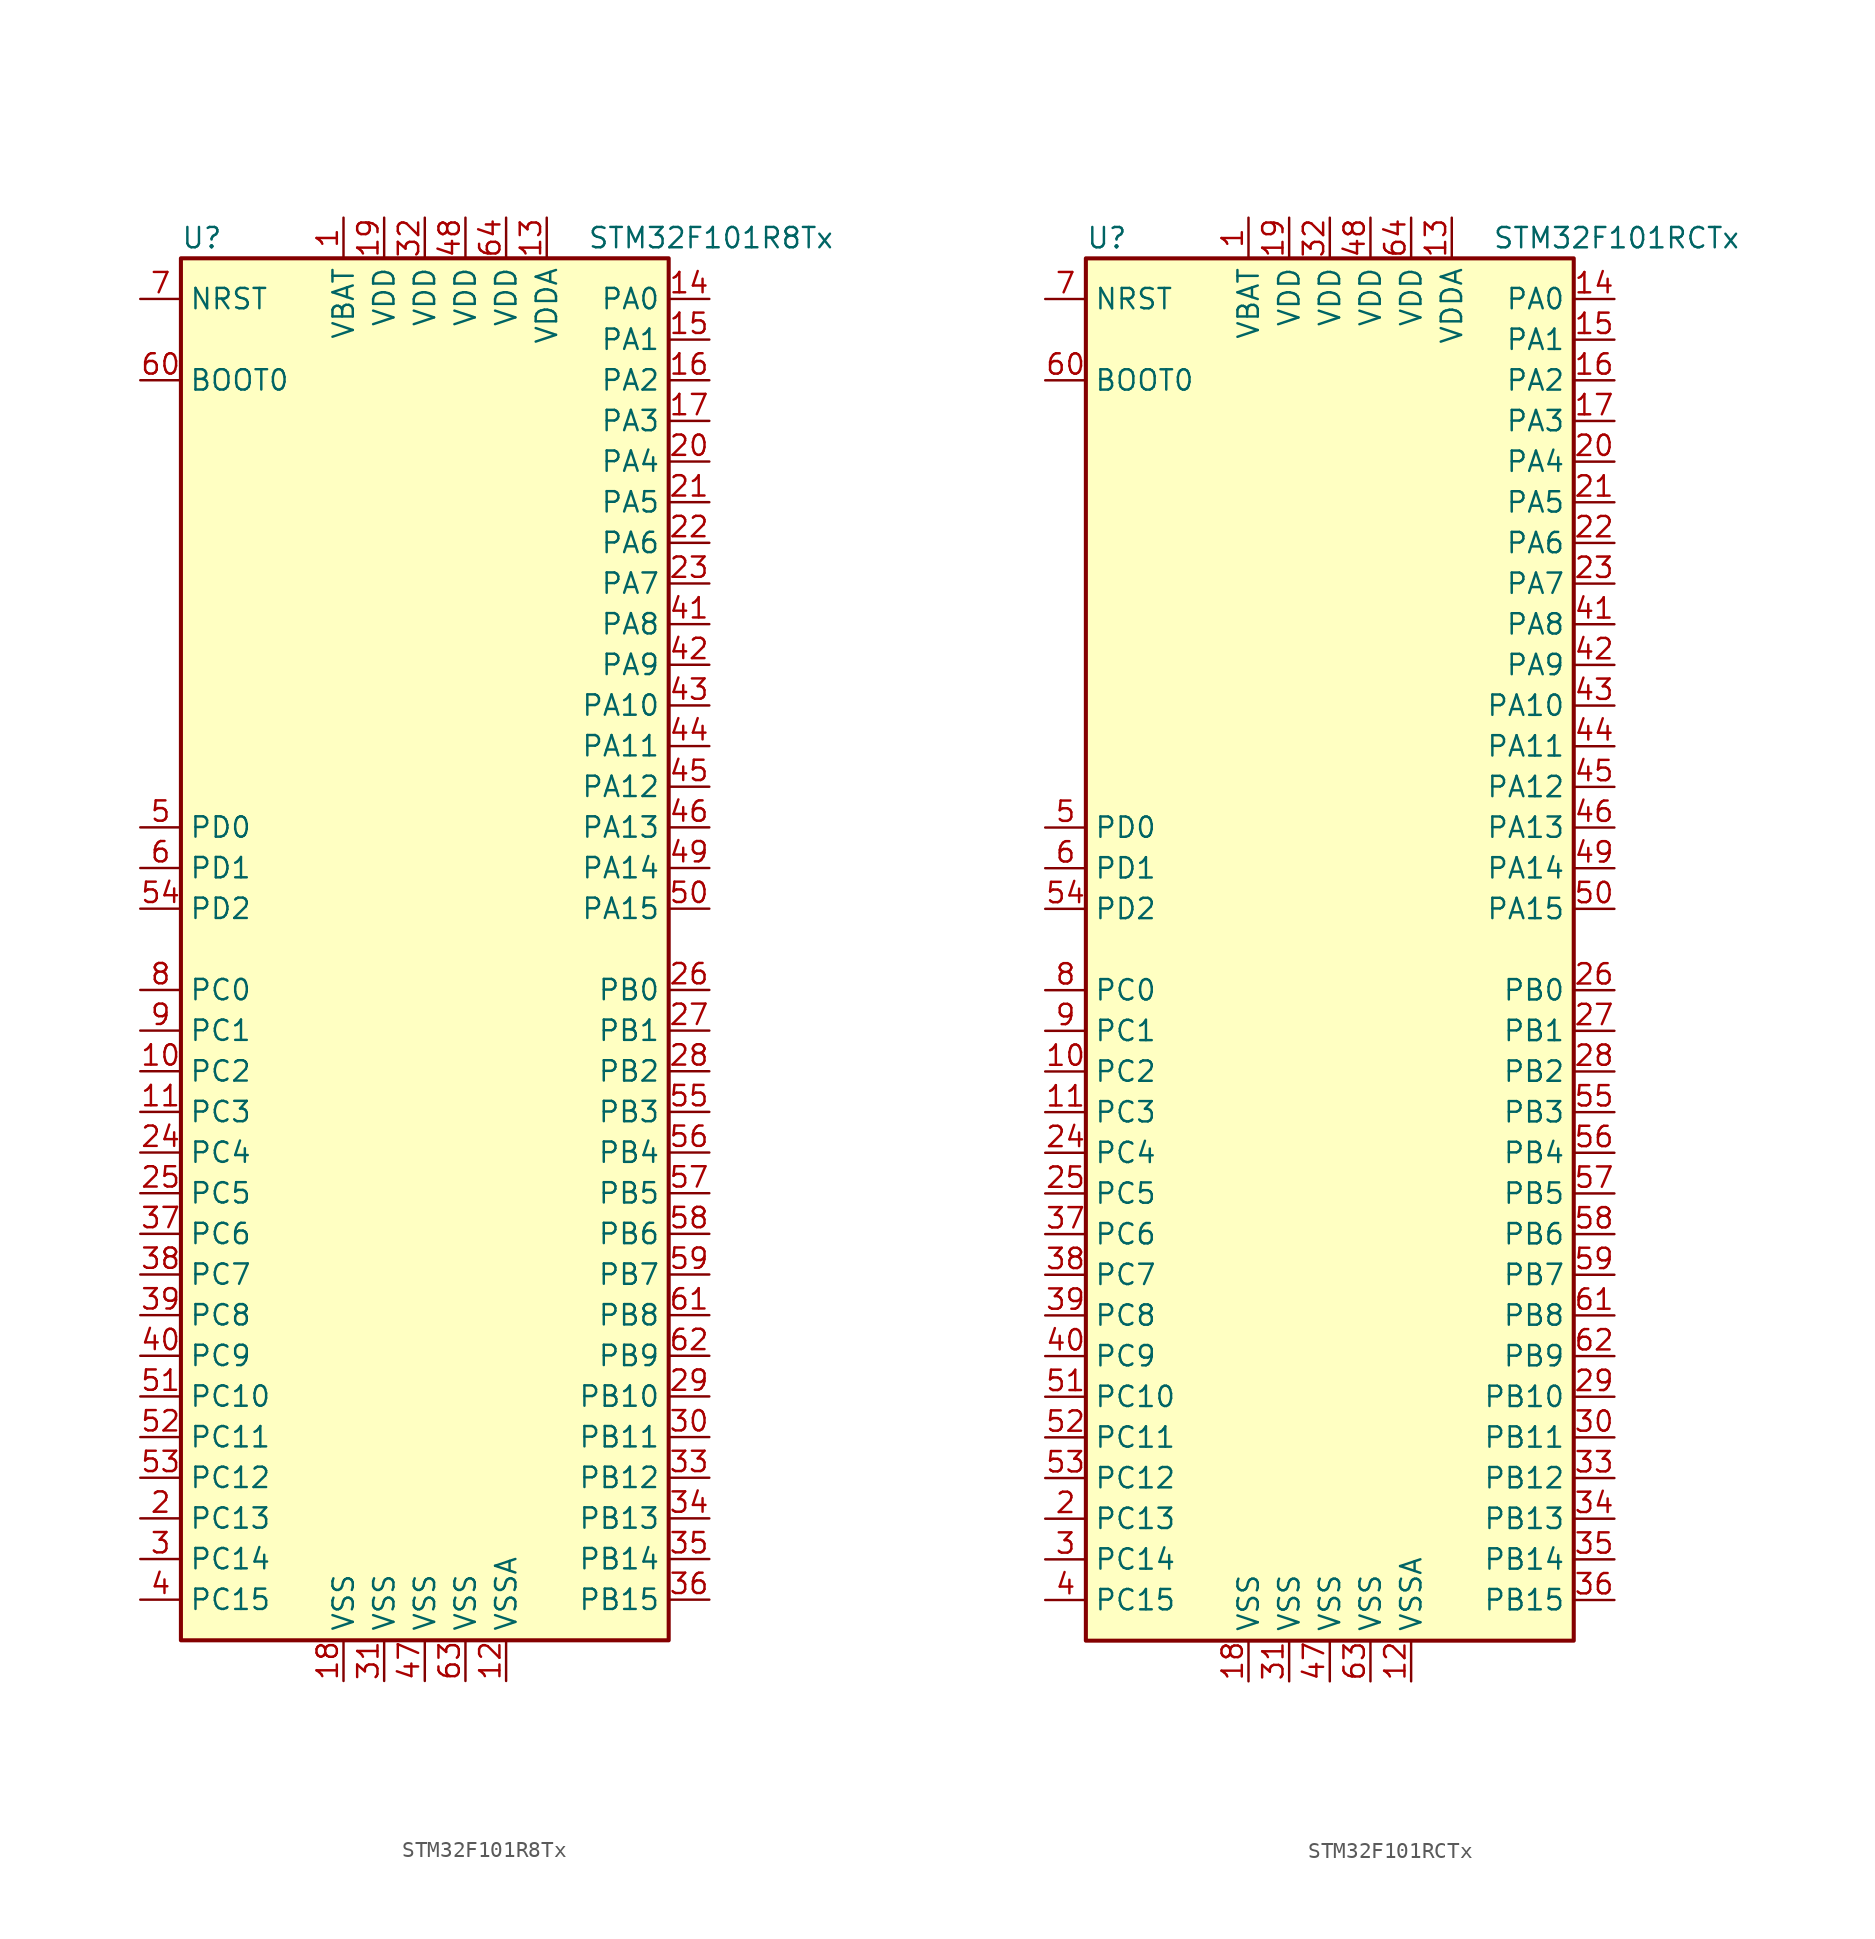
<source format=kicad_sym>
(kicad_symbol_lib
  (version 20201005)
  (generator kicad_symbol_editor)
  (symbol "STM32F101R8Tx"
    (property "Reference" "U"
      (at -15.24 44.45 0)
      (effects (font (size 1.27 1.27)) (justify left)))
    (property "Value" "STM32F101R8Tx"
      (at 10.16 44.45 0)
      (effects (font (size 1.27 1.27)) (justify left)))
    (symbol "STM32F101R8Tx_0_1"
      (rectangle (start -15.24 -43.18) (end 15.24 43.18) (stroke (width 0.254)) (fill (type background))))
    (symbol "STM32F101R8Tx_1_1"
      (pin input line (at -17.78 35.56 0) (length 2.54) (name "BOOT0" (effects (font (size 1.27 1.27)))) (number "60" (effects (font (size 1.27 1.27)))))
      (pin input line (at -17.78 40.64 0) (length 2.54) (name "NRST" (effects (font (size 1.27 1.27)))) (number "7" (effects (font (size 1.27 1.27)))))
      (pin bidirectional line (at 17.78 40.64 180) (length 2.54) (name "PA0" (effects (font (size 1.27 1.27)))) (number "14" (effects (font (size 1.27 1.27)))))
      (pin bidirectional line (at 17.78 38.1 180) (length 2.54) (name "PA1" (effects (font (size 1.27 1.27)))) (number "15" (effects (font (size 1.27 1.27)))))
      (pin bidirectional line (at 17.78 15.24 180) (length 2.54) (name "PA10" (effects (font (size 1.27 1.27)))) (number "43" (effects (font (size 1.27 1.27)))))
      (pin bidirectional line (at 17.78 12.7 180) (length 2.54) (name "PA11" (effects (font (size 1.27 1.27)))) (number "44" (effects (font (size 1.27 1.27)))))
      (pin bidirectional line (at 17.78 10.16 180) (length 2.54) (name "PA12" (effects (font (size 1.27 1.27)))) (number "45" (effects (font (size 1.27 1.27)))))
      (pin bidirectional line (at 17.78 7.62 180) (length 2.54) (name "PA13" (effects (font (size 1.27 1.27)))) (number "46" (effects (font (size 1.27 1.27)))))
      (pin bidirectional line (at 17.78 5.08 180) (length 2.54) (name "PA14" (effects (font (size 1.27 1.27)))) (number "49" (effects (font (size 1.27 1.27)))))
      (pin bidirectional line (at 17.78 2.54 180) (length 2.54) (name "PA15" (effects (font (size 1.27 1.27)))) (number "50" (effects (font (size 1.27 1.27)))))
      (pin bidirectional line (at 17.78 35.56 180) (length 2.54) (name "PA2" (effects (font (size 1.27 1.27)))) (number "16" (effects (font (size 1.27 1.27)))))
      (pin bidirectional line (at 17.78 33.02 180) (length 2.54) (name "PA3" (effects (font (size 1.27 1.27)))) (number "17" (effects (font (size 1.27 1.27)))))
      (pin bidirectional line (at 17.78 30.48 180) (length 2.54) (name "PA4" (effects (font (size 1.27 1.27)))) (number "20" (effects (font (size 1.27 1.27)))))
      (pin bidirectional line (at 17.78 27.94 180) (length 2.54) (name "PA5" (effects (font (size 1.27 1.27)))) (number "21" (effects (font (size 1.27 1.27)))))
      (pin bidirectional line (at 17.78 25.4 180) (length 2.54) (name "PA6" (effects (font (size 1.27 1.27)))) (number "22" (effects (font (size 1.27 1.27)))))
      (pin bidirectional line (at 17.78 22.86 180) (length 2.54) (name "PA7" (effects (font (size 1.27 1.27)))) (number "23" (effects (font (size 1.27 1.27)))))
      (pin bidirectional line (at 17.78 20.32 180) (length 2.54) (name "PA8" (effects (font (size 1.27 1.27)))) (number "41" (effects (font (size 1.27 1.27)))))
      (pin bidirectional line (at 17.78 17.78 180) (length 2.54) (name "PA9" (effects (font (size 1.27 1.27)))) (number "42" (effects (font (size 1.27 1.27)))))
      (pin bidirectional line (at 17.78 -2.54 180) (length 2.54) (name "PB0" (effects (font (size 1.27 1.27)))) (number "26" (effects (font (size 1.27 1.27)))))
      (pin bidirectional line (at 17.78 -5.08 180) (length 2.54) (name "PB1" (effects (font (size 1.27 1.27)))) (number "27" (effects (font (size 1.27 1.27)))))
      (pin bidirectional line (at 17.78 -27.94 180) (length 2.54) (name "PB10" (effects (font (size 1.27 1.27)))) (number "29" (effects (font (size 1.27 1.27)))))
      (pin bidirectional line (at 17.78 -30.48 180) (length 2.54) (name "PB11" (effects (font (size 1.27 1.27)))) (number "30" (effects (font (size 1.27 1.27)))))
      (pin bidirectional line (at 17.78 -33.02 180) (length 2.54) (name "PB12" (effects (font (size 1.27 1.27)))) (number "33" (effects (font (size 1.27 1.27)))))
      (pin bidirectional line (at 17.78 -35.56 180) (length 2.54) (name "PB13" (effects (font (size 1.27 1.27)))) (number "34" (effects (font (size 1.27 1.27)))))
      (pin bidirectional line (at 17.78 -38.1 180) (length 2.54) (name "PB14" (effects (font (size 1.27 1.27)))) (number "35" (effects (font (size 1.27 1.27)))))
      (pin bidirectional line (at 17.78 -40.64 180) (length 2.54) (name "PB15" (effects (font (size 1.27 1.27)))) (number "36" (effects (font (size 1.27 1.27)))))
      (pin bidirectional line (at 17.78 -7.62 180) (length 2.54) (name "PB2" (effects (font (size 1.27 1.27)))) (number "28" (effects (font (size 1.27 1.27)))))
      (pin bidirectional line (at 17.78 -10.16 180) (length 2.54) (name "PB3" (effects (font (size 1.27 1.27)))) (number "55" (effects (font (size 1.27 1.27)))))
      (pin bidirectional line (at 17.78 -12.7 180) (length 2.54) (name "PB4" (effects (font (size 1.27 1.27)))) (number "56" (effects (font (size 1.27 1.27)))))
      (pin bidirectional line (at 17.78 -15.24 180) (length 2.54) (name "PB5" (effects (font (size 1.27 1.27)))) (number "57" (effects (font (size 1.27 1.27)))))
      (pin bidirectional line (at 17.78 -17.78 180) (length 2.54) (name "PB6" (effects (font (size 1.27 1.27)))) (number "58" (effects (font (size 1.27 1.27)))))
      (pin bidirectional line (at 17.78 -20.32 180) (length 2.54) (name "PB7" (effects (font (size 1.27 1.27)))) (number "59" (effects (font (size 1.27 1.27)))))
      (pin bidirectional line (at 17.78 -22.86 180) (length 2.54) (name "PB8" (effects (font (size 1.27 1.27)))) (number "61" (effects (font (size 1.27 1.27)))))
      (pin bidirectional line (at 17.78 -25.4 180) (length 2.54) (name "PB9" (effects (font (size 1.27 1.27)))) (number "62" (effects (font (size 1.27 1.27)))))
      (pin bidirectional line (at -17.78 -2.54 0) (length 2.54) (name "PC0" (effects (font (size 1.27 1.27)))) (number "8" (effects (font (size 1.27 1.27)))))
      (pin bidirectional line (at -17.78 -5.08 0) (length 2.54) (name "PC1" (effects (font (size 1.27 1.27)))) (number "9" (effects (font (size 1.27 1.27)))))
      (pin bidirectional line (at -17.78 -27.94 0) (length 2.54) (name "PC10" (effects (font (size 1.27 1.27)))) (number "51" (effects (font (size 1.27 1.27)))))
      (pin bidirectional line (at -17.78 -30.48 0) (length 2.54) (name "PC11" (effects (font (size 1.27 1.27)))) (number "52" (effects (font (size 1.27 1.27)))))
      (pin bidirectional line (at -17.78 -33.02 0) (length 2.54) (name "PC12" (effects (font (size 1.27 1.27)))) (number "53" (effects (font (size 1.27 1.27)))))
      (pin bidirectional line (at -17.78 -35.56 0) (length 2.54) (name "PC13" (effects (font (size 1.27 1.27)))) (number "2" (effects (font (size 1.27 1.27)))))
      (pin bidirectional line (at -17.78 -38.1 0) (length 2.54) (name "PC14" (effects (font (size 1.27 1.27)))) (number "3" (effects (font (size 1.27 1.27)))))
      (pin bidirectional line (at -17.78 -40.64 0) (length 2.54) (name "PC15" (effects (font (size 1.27 1.27)))) (number "4" (effects (font (size 1.27 1.27)))))
      (pin bidirectional line (at -17.78 -7.62 0) (length 2.54) (name "PC2" (effects (font (size 1.27 1.27)))) (number "10" (effects (font (size 1.27 1.27)))))
      (pin bidirectional line (at -17.78 -10.16 0) (length 2.54) (name "PC3" (effects (font (size 1.27 1.27)))) (number "11" (effects (font (size 1.27 1.27)))))
      (pin bidirectional line (at -17.78 -12.7 0) (length 2.54) (name "PC4" (effects (font (size 1.27 1.27)))) (number "24" (effects (font (size 1.27 1.27)))))
      (pin bidirectional line (at -17.78 -15.24 0) (length 2.54) (name "PC5" (effects (font (size 1.27 1.27)))) (number "25" (effects (font (size 1.27 1.27)))))
      (pin bidirectional line (at -17.78 -17.78 0) (length 2.54) (name "PC6" (effects (font (size 1.27 1.27)))) (number "37" (effects (font (size 1.27 1.27)))))
      (pin bidirectional line (at -17.78 -20.32 0) (length 2.54) (name "PC7" (effects (font (size 1.27 1.27)))) (number "38" (effects (font (size 1.27 1.27)))))
      (pin bidirectional line (at -17.78 -22.86 0) (length 2.54) (name "PC8" (effects (font (size 1.27 1.27)))) (number "39" (effects (font (size 1.27 1.27)))))
      (pin bidirectional line (at -17.78 -25.4 0) (length 2.54) (name "PC9" (effects (font (size 1.27 1.27)))) (number "40" (effects (font (size 1.27 1.27)))))
      (pin input line (at -17.78 7.62 0) (length 2.54) (name "PD0" (effects (font (size 1.27 1.27)))) (number "5" (effects (font (size 1.27 1.27)))))
      (pin input line (at -17.78 5.08 0) (length 2.54) (name "PD1" (effects (font (size 1.27 1.27)))) (number "6" (effects (font (size 1.27 1.27)))))
      (pin bidirectional line (at -17.78 2.54 0) (length 2.54) (name "PD2" (effects (font (size 1.27 1.27)))) (number "54" (effects (font (size 1.27 1.27)))))
      (pin power_in line (at -5.08 45.72 270) (length 2.54) (name "VBAT" (effects (font (size 1.27 1.27)))) (number "1" (effects (font (size 1.27 1.27)))))
      (pin power_in line (at -2.54 45.72 270) (length 2.54) (name "VDD" (effects (font (size 1.27 1.27)))) (number "19" (effects (font (size 1.27 1.27)))))
      (pin power_in line (at 0 45.72 270) (length 2.54) (name "VDD" (effects (font (size 1.27 1.27)))) (number "32" (effects (font (size 1.27 1.27)))))
      (pin power_in line (at 2.54 45.72 270) (length 2.54) (name "VDD" (effects (font (size 1.27 1.27)))) (number "48" (effects (font (size 1.27 1.27)))))
      (pin power_in line (at 5.08 45.72 270) (length 2.54) (name "VDD" (effects (font (size 1.27 1.27)))) (number "64" (effects (font (size 1.27 1.27)))))
      (pin power_in line (at 7.62 45.72 270) (length 2.54) (name "VDDA" (effects (font (size 1.27 1.27)))) (number "13" (effects (font (size 1.27 1.27)))))
      (pin power_in line (at -5.08 -45.72 90) (length 2.54) (name "VSS" (effects (font (size 1.27 1.27)))) (number "18" (effects (font (size 1.27 1.27)))))
      (pin power_in line (at -2.54 -45.72 90) (length 2.54) (name "VSS" (effects (font (size 1.27 1.27)))) (number "31" (effects (font (size 1.27 1.27)))))
      (pin power_in line (at 0 -45.72 90) (length 2.54) (name "VSS" (effects (font (size 1.27 1.27)))) (number "47" (effects (font (size 1.27 1.27)))))
      (pin power_in line (at 2.54 -45.72 90) (length 2.54) (name "VSS" (effects (font (size 1.27 1.27)))) (number "63" (effects (font (size 1.27 1.27)))))
      (pin power_in line (at 5.08 -45.72 90) (length 2.54) (name "VSSA" (effects (font (size 1.27 1.27)))) (number "12" (effects (font (size 1.27 1.27)))))))
  (symbol "STM32F101RCTx"
    (property "Reference" "U"
      (at -15.24 44.45 0)
      (effects (font (size 1.27 1.27)) (justify left)))
    (property "Value" "STM32F101RCTx"
      (at 10.16 44.45 0)
      (effects (font (size 1.27 1.27)) (justify left)))
    (symbol "STM32F101RCTx_0_1"
      (rectangle (start -15.24 -43.18) (end 15.24 43.18) (stroke (width 0.254)) (fill (type background))))
    (symbol "STM32F101RCTx_1_1"
      (pin input line (at -17.78 35.56 0) (length 2.54) (name "BOOT0" (effects (font (size 1.27 1.27)))) (number "60" (effects (font (size 1.27 1.27)))))
      (pin input line (at -17.78 40.64 0) (length 2.54) (name "NRST" (effects (font (size 1.27 1.27)))) (number "7" (effects (font (size 1.27 1.27)))))
      (pin bidirectional line (at 17.78 40.64 180) (length 2.54) (name "PA0" (effects (font (size 1.27 1.27)))) (number "14" (effects (font (size 1.27 1.27)))))
      (pin bidirectional line (at 17.78 38.1 180) (length 2.54) (name "PA1" (effects (font (size 1.27 1.27)))) (number "15" (effects (font (size 1.27 1.27)))))
      (pin bidirectional line (at 17.78 15.24 180) (length 2.54) (name "PA10" (effects (font (size 1.27 1.27)))) (number "43" (effects (font (size 1.27 1.27)))))
      (pin bidirectional line (at 17.78 12.7 180) (length 2.54) (name "PA11" (effects (font (size 1.27 1.27)))) (number "44" (effects (font (size 1.27 1.27)))))
      (pin bidirectional line (at 17.78 10.16 180) (length 2.54) (name "PA12" (effects (font (size 1.27 1.27)))) (number "45" (effects (font (size 1.27 1.27)))))
      (pin bidirectional line (at 17.78 7.62 180) (length 2.54) (name "PA13" (effects (font (size 1.27 1.27)))) (number "46" (effects (font (size 1.27 1.27)))))
      (pin bidirectional line (at 17.78 5.08 180) (length 2.54) (name "PA14" (effects (font (size 1.27 1.27)))) (number "49" (effects (font (size 1.27 1.27)))))
      (pin bidirectional line (at 17.78 2.54 180) (length 2.54) (name "PA15" (effects (font (size 1.27 1.27)))) (number "50" (effects (font (size 1.27 1.27)))))
      (pin bidirectional line (at 17.78 35.56 180) (length 2.54) (name "PA2" (effects (font (size 1.27 1.27)))) (number "16" (effects (font (size 1.27 1.27)))))
      (pin bidirectional line (at 17.78 33.02 180) (length 2.54) (name "PA3" (effects (font (size 1.27 1.27)))) (number "17" (effects (font (size 1.27 1.27)))))
      (pin bidirectional line (at 17.78 30.48 180) (length 2.54) (name "PA4" (effects (font (size 1.27 1.27)))) (number "20" (effects (font (size 1.27 1.27)))))
      (pin bidirectional line (at 17.78 27.94 180) (length 2.54) (name "PA5" (effects (font (size 1.27 1.27)))) (number "21" (effects (font (size 1.27 1.27)))))
      (pin bidirectional line (at 17.78 25.4 180) (length 2.54) (name "PA6" (effects (font (size 1.27 1.27)))) (number "22" (effects (font (size 1.27 1.27)))))
      (pin bidirectional line (at 17.78 22.86 180) (length 2.54) (name "PA7" (effects (font (size 1.27 1.27)))) (number "23" (effects (font (size 1.27 1.27)))))
      (pin bidirectional line (at 17.78 20.32 180) (length 2.54) (name "PA8" (effects (font (size 1.27 1.27)))) (number "41" (effects (font (size 1.27 1.27)))))
      (pin bidirectional line (at 17.78 17.78 180) (length 2.54) (name "PA9" (effects (font (size 1.27 1.27)))) (number "42" (effects (font (size 1.27 1.27)))))
      (pin bidirectional line (at 17.78 -2.54 180) (length 2.54) (name "PB0" (effects (font (size 1.27 1.27)))) (number "26" (effects (font (size 1.27 1.27)))))
      (pin bidirectional line (at 17.78 -5.08 180) (length 2.54) (name "PB1" (effects (font (size 1.27 1.27)))) (number "27" (effects (font (size 1.27 1.27)))))
      (pin bidirectional line (at 17.78 -27.94 180) (length 2.54) (name "PB10" (effects (font (size 1.27 1.27)))) (number "29" (effects (font (size 1.27 1.27)))))
      (pin bidirectional line (at 17.78 -30.48 180) (length 2.54) (name "PB11" (effects (font (size 1.27 1.27)))) (number "30" (effects (font (size 1.27 1.27)))))
      (pin bidirectional line (at 17.78 -33.02 180) (length 2.54) (name "PB12" (effects (font (size 1.27 1.27)))) (number "33" (effects (font (size 1.27 1.27)))))
      (pin bidirectional line (at 17.78 -35.56 180) (length 2.54) (name "PB13" (effects (font (size 1.27 1.27)))) (number "34" (effects (font (size 1.27 1.27)))))
      (pin bidirectional line (at 17.78 -38.1 180) (length 2.54) (name "PB14" (effects (font (size 1.27 1.27)))) (number "35" (effects (font (size 1.27 1.27)))))
      (pin bidirectional line (at 17.78 -40.64 180) (length 2.54) (name "PB15" (effects (font (size 1.27 1.27)))) (number "36" (effects (font (size 1.27 1.27)))))
      (pin bidirectional line (at 17.78 -7.62 180) (length 2.54) (name "PB2" (effects (font (size 1.27 1.27)))) (number "28" (effects (font (size 1.27 1.27)))))
      (pin bidirectional line (at 17.78 -10.16 180) (length 2.54) (name "PB3" (effects (font (size 1.27 1.27)))) (number "55" (effects (font (size 1.27 1.27)))))
      (pin bidirectional line (at 17.78 -12.7 180) (length 2.54) (name "PB4" (effects (font (size 1.27 1.27)))) (number "56" (effects (font (size 1.27 1.27)))))
      (pin bidirectional line (at 17.78 -15.24 180) (length 2.54) (name "PB5" (effects (font (size 1.27 1.27)))) (number "57" (effects (font (size 1.27 1.27)))))
      (pin bidirectional line (at 17.78 -17.78 180) (length 2.54) (name "PB6" (effects (font (size 1.27 1.27)))) (number "58" (effects (font (size 1.27 1.27)))))
      (pin bidirectional line (at 17.78 -20.32 180) (length 2.54) (name "PB7" (effects (font (size 1.27 1.27)))) (number "59" (effects (font (size 1.27 1.27)))))
      (pin bidirectional line (at 17.78 -22.86 180) (length 2.54) (name "PB8" (effects (font (size 1.27 1.27)))) (number "61" (effects (font (size 1.27 1.27)))))
      (pin bidirectional line (at 17.78 -25.4 180) (length 2.54) (name "PB9" (effects (font (size 1.27 1.27)))) (number "62" (effects (font (size 1.27 1.27)))))
      (pin bidirectional line (at -17.78 -2.54 0) (length 2.54) (name "PC0" (effects (font (size 1.27 1.27)))) (number "8" (effects (font (size 1.27 1.27)))))
      (pin bidirectional line (at -17.78 -5.08 0) (length 2.54) (name "PC1" (effects (font (size 1.27 1.27)))) (number "9" (effects (font (size 1.27 1.27)))))
      (pin bidirectional line (at -17.78 -27.94 0) (length 2.54) (name "PC10" (effects (font (size 1.27 1.27)))) (number "51" (effects (font (size 1.27 1.27)))))
      (pin bidirectional line (at -17.78 -30.48 0) (length 2.54) (name "PC11" (effects (font (size 1.27 1.27)))) (number "52" (effects (font (size 1.27 1.27)))))
      (pin bidirectional line (at -17.78 -33.02 0) (length 2.54) (name "PC12" (effects (font (size 1.27 1.27)))) (number "53" (effects (font (size 1.27 1.27)))))
      (pin bidirectional line (at -17.78 -35.56 0) (length 2.54) (name "PC13" (effects (font (size 1.27 1.27)))) (number "2" (effects (font (size 1.27 1.27)))))
      (pin bidirectional line (at -17.78 -38.1 0) (length 2.54) (name "PC14" (effects (font (size 1.27 1.27)))) (number "3" (effects (font (size 1.27 1.27)))))
      (pin bidirectional line (at -17.78 -40.64 0) (length 2.54) (name "PC15" (effects (font (size 1.27 1.27)))) (number "4" (effects (font (size 1.27 1.27)))))
      (pin bidirectional line (at -17.78 -7.62 0) (length 2.54) (name "PC2" (effects (font (size 1.27 1.27)))) (number "10" (effects (font (size 1.27 1.27)))))
      (pin bidirectional line (at -17.78 -10.16 0) (length 2.54) (name "PC3" (effects (font (size 1.27 1.27)))) (number "11" (effects (font (size 1.27 1.27)))))
      (pin bidirectional line (at -17.78 -12.7 0) (length 2.54) (name "PC4" (effects (font (size 1.27 1.27)))) (number "24" (effects (font (size 1.27 1.27)))))
      (pin bidirectional line (at -17.78 -15.24 0) (length 2.54) (name "PC5" (effects (font (size 1.27 1.27)))) (number "25" (effects (font (size 1.27 1.27)))))
      (pin bidirectional line (at -17.78 -17.78 0) (length 2.54) (name "PC6" (effects (font (size 1.27 1.27)))) (number "37" (effects (font (size 1.27 1.27)))))
      (pin bidirectional line (at -17.78 -20.32 0) (length 2.54) (name "PC7" (effects (font (size 1.27 1.27)))) (number "38" (effects (font (size 1.27 1.27)))))
      (pin bidirectional line (at -17.78 -22.86 0) (length 2.54) (name "PC8" (effects (font (size 1.27 1.27)))) (number "39" (effects (font (size 1.27 1.27)))))
      (pin bidirectional line (at -17.78 -25.4 0) (length 2.54) (name "PC9" (effects (font (size 1.27 1.27)))) (number "40" (effects (font (size 1.27 1.27)))))
      (pin input line (at -17.78 7.62 0) (length 2.54) (name "PD0" (effects (font (size 1.27 1.27)))) (number "5" (effects (font (size 1.27 1.27)))))
      (pin input line (at -17.78 5.08 0) (length 2.54) (name "PD1" (effects (font (size 1.27 1.27)))) (number "6" (effects (font (size 1.27 1.27)))))
      (pin bidirectional line (at -17.78 2.54 0) (length 2.54) (name "PD2" (effects (font (size 1.27 1.27)))) (number "54" (effects (font (size 1.27 1.27)))))
      (pin power_in line (at -5.08 45.72 270) (length 2.54) (name "VBAT" (effects (font (size 1.27 1.27)))) (number "1" (effects (font (size 1.27 1.27)))))
      (pin power_in line (at -2.54 45.72 270) (length 2.54) (name "VDD" (effects (font (size 1.27 1.27)))) (number "19" (effects (font (size 1.27 1.27)))))
      (pin power_in line (at 0 45.72 270) (length 2.54) (name "VDD" (effects (font (size 1.27 1.27)))) (number "32" (effects (font (size 1.27 1.27)))))
      (pin power_in line (at 2.54 45.72 270) (length 2.54) (name "VDD" (effects (font (size 1.27 1.27)))) (number "48" (effects (font (size 1.27 1.27)))))
      (pin power_in line (at 5.08 45.72 270) (length 2.54) (name "VDD" (effects (font (size 1.27 1.27)))) (number "64" (effects (font (size 1.27 1.27)))))
      (pin power_in line (at 7.62 45.72 270) (length 2.54) (name "VDDA" (effects (font (size 1.27 1.27)))) (number "13" (effects (font (size 1.27 1.27)))))
      (pin power_in line (at -5.08 -45.72 90) (length 2.54) (name "VSS" (effects (font (size 1.27 1.27)))) (number "18" (effects (font (size 1.27 1.27)))))
      (pin power_in line (at -2.54 -45.72 90) (length 2.54) (name "VSS" (effects (font (size 1.27 1.27)))) (number "31" (effects (font (size 1.27 1.27)))))
      (pin power_in line (at 0 -45.72 90) (length 2.54) (name "VSS" (effects (font (size 1.27 1.27)))) (number "47" (effects (font (size 1.27 1.27)))))
      (pin power_in line (at 2.54 -45.72 90) (length 2.54) (name "VSS" (effects (font (size 1.27 1.27)))) (number "63" (effects (font (size 1.27 1.27)))))
      (pin power_in line (at 5.08 -45.72 90) (length 2.54) (name "VSSA" (effects (font (size 1.27 1.27)))) (number "12" (effects (font (size 1.27 1.27))))))))
</source>
